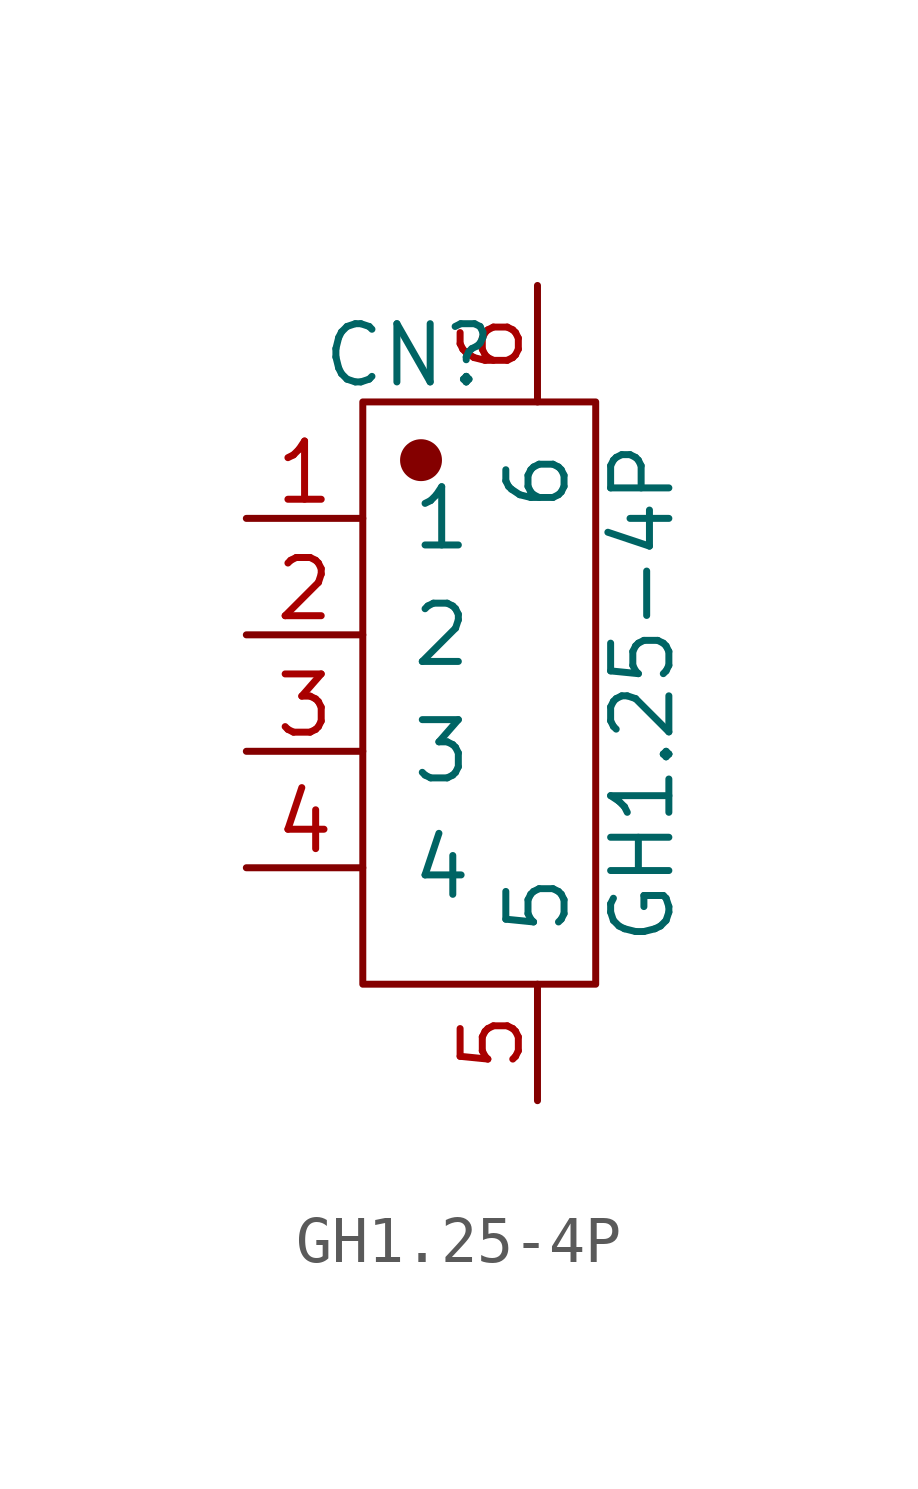
<source format=kicad_sym>
(kicad_symbol_lib
  (version 20231120)
  (generator "kicad_symbol_editor")
  (generator_version "8.0")
  (symbol "GH1.25-4P"
    (pin_names
      (offset 1.016))
    (property "Reference" "CN"
      (at -1.524 7.366 0)
      (effects (font (size 1.27 1.27))))
    (property "Value" "GH1.25-4P"
      (at 3.556 0 90)
      (effects (font (size 1.27 1.27))))
    (symbol "GH1.25-4P_1_1"
      (rectangle (start -2.54 6.35) (end 2.54 -6.35) (stroke (width 0.152) (type solid)) (fill (type none)))
      (circle (center -1.27 5.08) (radius 0.381) (stroke (width 0.152) (type solid)) (fill (type outline)))
      (pin input line (at -5.08 3.81 0) (length 2.54) (name "1" (effects (font (size 1.27 1.27)))) (number "1" (effects (font (size 1.27 1.27)))))
      (pin input line (at -5.08 1.27 0) (length 2.54) (name "2" (effects (font (size 1.27 1.27)))) (number "2" (effects (font (size 1.27 1.27)))))
      (pin input line (at -5.08 -1.27 0) (length 2.54) (name "3" (effects (font (size 1.27 1.27)))) (number "3" (effects (font (size 1.27 1.27)))))
      (pin input line (at -5.08 -3.81 0) (length 2.54) (name "4" (effects (font (size 1.27 1.27)))) (number "4" (effects (font (size 1.27 1.27)))))
      (pin input line (at 1.27 -8.89 90) (length 2.54) (name "5" (effects (font (size 1.27 1.27)))) (number "5" (effects (font (size 1.27 1.27)))))
      (pin input line (at 1.27 8.89 270) (length 2.54) (name "6" (effects (font (size 1.27 1.27)))) (number "6" (effects (font (size 1.27 1.27))))))))
</source>
